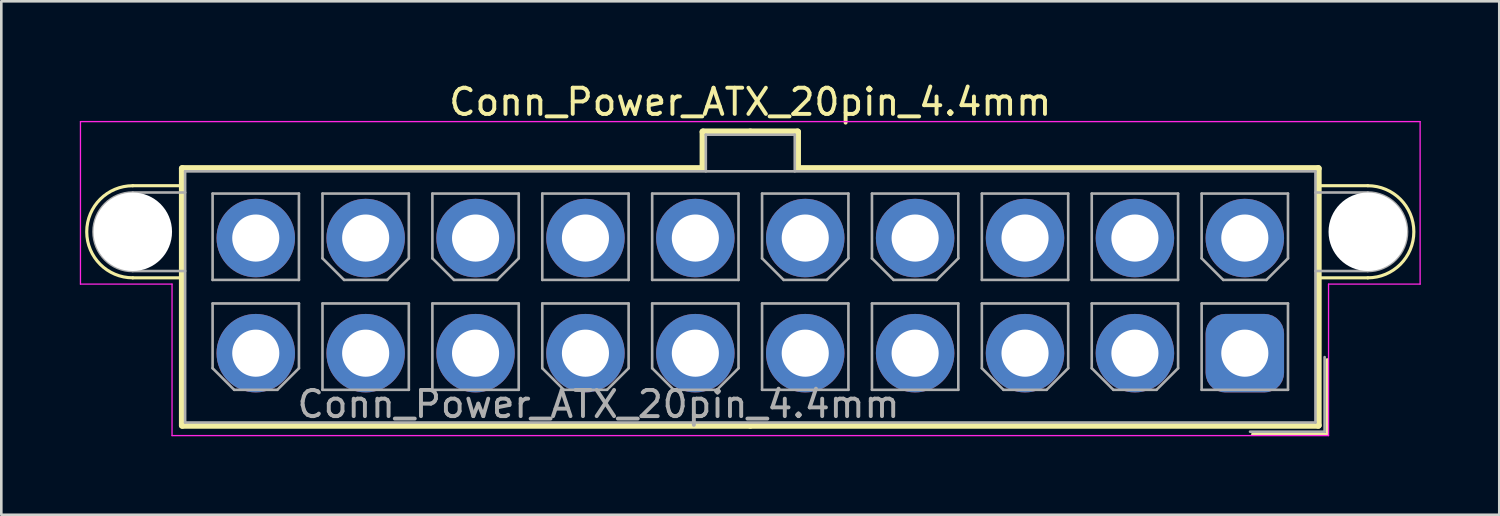
<source format=kicad_pcb>
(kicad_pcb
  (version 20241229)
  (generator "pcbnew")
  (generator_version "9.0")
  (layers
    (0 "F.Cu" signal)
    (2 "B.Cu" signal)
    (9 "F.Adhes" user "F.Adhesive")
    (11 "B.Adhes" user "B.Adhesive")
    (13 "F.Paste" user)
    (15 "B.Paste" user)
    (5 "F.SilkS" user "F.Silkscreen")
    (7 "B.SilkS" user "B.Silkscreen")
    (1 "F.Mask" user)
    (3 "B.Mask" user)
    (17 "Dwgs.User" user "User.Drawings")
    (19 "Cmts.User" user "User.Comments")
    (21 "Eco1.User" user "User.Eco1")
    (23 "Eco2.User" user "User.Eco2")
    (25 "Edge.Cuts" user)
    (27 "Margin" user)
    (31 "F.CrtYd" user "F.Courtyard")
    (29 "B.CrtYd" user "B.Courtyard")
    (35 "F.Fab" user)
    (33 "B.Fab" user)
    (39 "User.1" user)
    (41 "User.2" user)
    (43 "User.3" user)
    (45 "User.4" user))
  (footprint "Conn_Power_ATX_20pin_4.4mm"
    (layer "F.Cu")
    (at 25.625 8.248)
    (property "Reference" "Conn_Power_ATX_20pin_4.4mm" (at 0 -7.4 0) (layer "F.SilkS") (effects (font (size 1 1) (thickness 0.15))))
    (property "Value" "${VALUE}" (at 3.8 4.2 0) (layer "F.Fab") (hide yes) (effects (font (size 1 1) (thickness 0.15))))
    (fp_line (start -23.6 -4.2) (end -21.71 -4.2) (stroke (width 0.12) (type solid)) (layer "F.SilkS"))
    (fp_line (start -23.6 -0.68) (end -21.71 -0.68) (stroke (width 0.12) (type solid)) (layer "F.SilkS"))
    (fp_line (start -21.71 -4.86) (end -1.81 -4.86) (stroke (width 0.254) (type solid)) (layer "F.SilkS"))
    (fp_line (start -21.71 4.96) (end -21.71 -4.86) (stroke (width 0.254) (type solid)) (layer "F.SilkS"))
    (fp_line (start -1.81 -6.26) (end 0 -6.26) (stroke (width 0.254) (type solid)) (layer "F.SilkS"))
    (fp_line (start -1.81 -4.86) (end -1.81 -6.26) (stroke (width 0.254) (type solid)) (layer "F.SilkS"))
    (fp_line (start 0 4.96) (end -21.71 4.96) (stroke (width 0.254) (type solid)) (layer "F.SilkS"))
    (fp_line (start 0 4.96) (end 21.71 4.96) (stroke (width 0.254) (type solid)) (layer "F.SilkS"))
    (fp_line (start 1.81 -6.26) (end 0 -6.26) (stroke (width 0.254) (type solid)) (layer "F.SilkS"))
    (fp_line (start 1.81 -4.86) (end 1.81 -6.26) (stroke (width 0.254) (type solid)) (layer "F.SilkS"))
    (fp_line (start 19.2 5.3) (end 22.05 5.3) (stroke (width 0.12) (type solid)) (layer "F.SilkS"))
    (fp_line (start 21.71 -4.86) (end 1.81 -4.86) (stroke (width 0.254) (type solid)) (layer "F.SilkS"))
    (fp_line (start 21.71 4.96) (end 21.71 -4.86) (stroke (width 0.254) (type solid)) (layer "F.SilkS"))
    (fp_line (start 22.05 5.3) (end 22.05 2.45) (stroke (width 0.12) (type solid)) (layer "F.SilkS"))
    (fp_line (start 23.6 -4.2) (end 21.71 -4.2) (stroke (width 0.12) (type solid)) (layer "F.SilkS"))
    (fp_line (start 23.6 -0.68) (end 21.71 -0.68) (stroke (width 0.12) (type solid)) (layer "F.SilkS"))
    (fp_arc (start -23.6 -0.68) (mid -25.36 -2.44) (end -23.6 -4.2) (stroke (width 0.12) (type solid)) (layer "F.SilkS"))
    (fp_arc (start 23.6 -4.2) (mid 25.36 -2.44) (end 23.6 -0.68) (stroke (width 0.12) (type solid)) (layer "F.SilkS"))
    (fp_line (start -25.6 -6.65) (end -25.6 -0.44) (stroke (width 0.05) (type solid)) (layer "F.CrtYd"))
    (fp_line (start -25.6 -0.44) (end -22.1 -0.44) (stroke (width 0.05) (type solid)) (layer "F.CrtYd"))
    (fp_line (start -22.1 -0.44) (end -22.1 5.35) (stroke (width 0.05) (type solid)) (layer "F.CrtYd"))
    (fp_line (start -22.1 5.35) (end 22.1 5.35) (stroke (width 0.05) (type solid)) (layer "F.CrtYd"))
    (fp_line (start 22.1 -0.44) (end 25.6 -0.44) (stroke (width 0.05) (type solid)) (layer "F.CrtYd"))
    (fp_line (start 22.1 5.35) (end 22.1 -0.44) (stroke (width 0.05) (type solid)) (layer "F.CrtYd"))
    (fp_line (start 25.6 -6.65) (end -25.6 -6.65) (stroke (width 0.05) (type solid)) (layer "F.CrtYd"))
    (fp_line (start 25.6 -0.44) (end 25.6 -6.65) (stroke (width 0.05) (type solid)) (layer "F.CrtYd"))
    (fp_line (start -23.6 -3.94) (end -21.6 -3.94) (stroke (width 0.1) (type solid)) (layer "F.Fab"))
    (fp_line (start -23.6 -0.94) (end -21.6 -0.94) (stroke (width 0.1) (type solid)) (layer "F.Fab"))
    (fp_line (start -21.6 -4.75) (end -21.6 4.85) (stroke (width 0.1) (type solid)) (layer "F.Fab"))
    (fp_line (start -21.6 4.85) (end 21.6 4.85) (stroke (width 0.1) (type solid)) (layer "F.Fab"))
    (fp_line (start -20.55 -3.9) (end -20.55 -0.6) (stroke (width 0.1) (type solid)) (layer "F.Fab"))
    (fp_line (start -20.55 -0.6) (end -17.25 -0.6) (stroke (width 0.1) (type solid)) (layer "F.Fab"))
    (fp_line (start -20.55 0.3) (end -17.25 0.3) (stroke (width 0.1) (type solid)) (layer "F.Fab"))
    (fp_line (start -20.55 2.775) (end -20.55 0.3) (stroke (width 0.1) (type solid)) (layer "F.Fab"))
    (fp_line (start -19.725 3.6) (end -20.55 2.775) (stroke (width 0.1) (type solid)) (layer "F.Fab"))
    (fp_line (start -18.075 3.6) (end -19.725 3.6) (stroke (width 0.1) (type solid)) (layer "F.Fab"))
    (fp_line (start -17.25 -3.9) (end -20.55 -3.9) (stroke (width 0.1) (type solid)) (layer "F.Fab"))
    (fp_line (start -17.25 -0.6) (end -17.25 -3.9) (stroke (width 0.1) (type solid)) (layer "F.Fab"))
    (fp_line (start -17.25 0.3) (end -17.25 2.775) (stroke (width 0.1) (type solid)) (layer "F.Fab"))
    (fp_line (start -17.25 2.775) (end -18.075 3.6) (stroke (width 0.1) (type solid)) (layer "F.Fab"))
    (fp_line (start -16.35 -3.9) (end -13.05 -3.9) (stroke (width 0.1) (type solid)) (layer "F.Fab"))
    (fp_line (start -16.35 -1.425) (end -16.35 -3.9) (stroke (width 0.1) (type solid)) (layer "F.Fab"))
    (fp_line (start -16.35 0.3) (end -16.35 3.6) (stroke (width 0.1) (type solid)) (layer "F.Fab"))
    (fp_line (start -16.35 3.6) (end -13.05 3.6) (stroke (width 0.1) (type solid)) (layer "F.Fab"))
    (fp_line (start -15.525 -0.6) (end -16.35 -1.425) (stroke (width 0.1) (type solid)) (layer "F.Fab"))
    (fp_line (start -13.875 -0.6) (end -15.525 -0.6) (stroke (width 0.1) (type solid)) (layer "F.Fab"))
    (fp_line (start -13.05 -3.9) (end -13.05 -1.425) (stroke (width 0.1) (type solid)) (layer "F.Fab"))
    (fp_line (start -13.05 -1.425) (end -13.875 -0.6) (stroke (width 0.1) (type solid)) (layer "F.Fab"))
    (fp_line (start -13.05 0.3) (end -16.35 0.3) (stroke (width 0.1) (type solid)) (layer "F.Fab"))
    (fp_line (start -13.05 3.6) (end -13.05 0.3) (stroke (width 0.1) (type solid)) (layer "F.Fab"))
    (fp_line (start -12.15 -3.9) (end -8.85 -3.9) (stroke (width 0.1) (type solid)) (layer "F.Fab"))
    (fp_line (start -12.15 -1.425) (end -12.15 -3.9) (stroke (width 0.1) (type solid)) (layer "F.Fab"))
    (fp_line (start -12.15 0.3) (end -12.15 3.6) (stroke (width 0.1) (type solid)) (layer "F.Fab"))
    (fp_line (start -12.15 3.6) (end -8.85 3.6) (stroke (width 0.1) (type solid)) (layer "F.Fab"))
    (fp_line (start -11.325 -0.6) (end -12.15 -1.425) (stroke (width 0.1) (type solid)) (layer "F.Fab"))
    (fp_line (start -9.675 -0.6) (end -11.325 -0.6) (stroke (width 0.1) (type solid)) (layer "F.Fab"))
    (fp_line (start -8.85 -3.9) (end -8.85 -1.425) (stroke (width 0.1) (type solid)) (layer "F.Fab"))
    (fp_line (start -8.85 -1.425) (end -9.675 -0.6) (stroke (width 0.1) (type solid)) (layer "F.Fab"))
    (fp_line (start -8.85 0.3) (end -12.15 0.3) (stroke (width 0.1) (type solid)) (layer "F.Fab"))
    (fp_line (start -8.85 3.6) (end -8.85 0.3) (stroke (width 0.1) (type solid)) (layer "F.Fab"))
    (fp_line (start -7.95 -3.9) (end -7.95 -0.6) (stroke (width 0.1) (type solid)) (layer "F.Fab"))
    (fp_line (start -7.95 -0.6) (end -4.65 -0.6) (stroke (width 0.1) (type solid)) (layer "F.Fab"))
    (fp_line (start -7.95 0.3) (end -4.65 0.3) (stroke (width 0.1) (type solid)) (layer "F.Fab"))
    (fp_line (start -7.95 2.775) (end -7.95 0.3) (stroke (width 0.1) (type solid)) (layer "F.Fab"))
    (fp_line (start -7.125 3.6) (end -7.95 2.775) (stroke (width 0.1) (type solid)) (layer "F.Fab"))
    (fp_line (start -5.475 3.6) (end -7.125 3.6) (stroke (width 0.1) (type solid)) (layer "F.Fab"))
    (fp_line (start -4.65 -3.9) (end -7.95 -3.9) (stroke (width 0.1) (type solid)) (layer "F.Fab"))
    (fp_line (start -4.65 -0.6) (end -4.65 -3.9) (stroke (width 0.1) (type solid)) (layer "F.Fab"))
    (fp_line (start -4.65 0.3) (end -4.65 2.775) (stroke (width 0.1) (type solid)) (layer "F.Fab"))
    (fp_line (start -4.65 2.775) (end -5.475 3.6) (stroke (width 0.1) (type solid)) (layer "F.Fab"))
    (fp_line (start -3.75 -3.9) (end -3.75 -0.6) (stroke (width 0.1) (type solid)) (layer "F.Fab"))
    (fp_line (start -3.75 -0.6) (end -0.45 -0.6) (stroke (width 0.1) (type solid)) (layer "F.Fab"))
    (fp_line (start -3.75 0.3) (end -0.45 0.3) (stroke (width 0.1) (type solid)) (layer "F.Fab"))
    (fp_line (start -3.75 2.775) (end -3.75 0.3) (stroke (width 0.1) (type solid)) (layer "F.Fab"))
    (fp_line (start -2.925 3.6) (end -3.75 2.775) (stroke (width 0.1) (type solid)) (layer "F.Fab"))
    (fp_line (start -1.7 -6.15) (end -1.7 -4.75) (stroke (width 0.1) (type solid)) (layer "F.Fab"))
    (fp_line (start -1.275 3.6) (end -2.925 3.6) (stroke (width 0.1) (type solid)) (layer "F.Fab"))
    (fp_line (start -0.45 -3.9) (end -3.75 -3.9) (stroke (width 0.1) (type solid)) (layer "F.Fab"))
    (fp_line (start -0.45 -0.6) (end -0.45 -3.9) (stroke (width 0.1) (type solid)) (layer "F.Fab"))
    (fp_line (start -0.45 0.3) (end -0.45 2.775) (stroke (width 0.1) (type solid)) (layer "F.Fab"))
    (fp_line (start -0.45 2.775) (end -1.275 3.6) (stroke (width 0.1) (type solid)) (layer "F.Fab"))
    (fp_line (start 0.45 -3.9) (end 3.75 -3.9) (stroke (width 0.1) (type solid)) (layer "F.Fab"))
    (fp_line (start 0.45 -1.425) (end 0.45 -3.9) (stroke (width 0.1) (type solid)) (layer "F.Fab"))
    (fp_line (start 0.45 0.3) (end 0.45 3.6) (stroke (width 0.1) (type solid)) (layer "F.Fab"))
    (fp_line (start 0.45 3.6) (end 3.75 3.6) (stroke (width 0.1) (type solid)) (layer "F.Fab"))
    (fp_line (start 1.275 -0.6) (end 0.45 -1.425) (stroke (width 0.1) (type solid)) (layer "F.Fab"))
    (fp_line (start 1.7 -6.15) (end -1.7 -6.15) (stroke (width 0.1) (type solid)) (layer "F.Fab"))
    (fp_line (start 1.7 -4.75) (end 1.7 -6.15) (stroke (width 0.1) (type solid)) (layer "F.Fab"))
    (fp_line (start 2.925 -0.6) (end 1.275 -0.6) (stroke (width 0.1) (type solid)) (layer "F.Fab"))
    (fp_line (start 3.75 -3.9) (end 3.75 -1.425) (stroke (width 0.1) (type solid)) (layer "F.Fab"))
    (fp_line (start 3.75 -1.425) (end 2.925 -0.6) (stroke (width 0.1) (type solid)) (layer "F.Fab"))
    (fp_line (start 3.75 0.3) (end 0.45 0.3) (stroke (width 0.1) (type solid)) (layer "F.Fab"))
    (fp_line (start 3.75 3.6) (end 3.75 0.3) (stroke (width 0.1) (type solid)) (layer "F.Fab"))
    (fp_line (start 4.65 -3.9) (end 7.95 -3.9) (stroke (width 0.1) (type solid)) (layer "F.Fab"))
    (fp_line (start 4.65 -1.425) (end 4.65 -3.9) (stroke (width 0.1) (type solid)) (layer "F.Fab"))
    (fp_line (start 4.65 0.3) (end 4.65 3.6) (stroke (width 0.1) (type solid)) (layer "F.Fab"))
    (fp_line (start 4.65 3.6) (end 7.95 3.6) (stroke (width 0.1) (type solid)) (layer "F.Fab"))
    (fp_line (start 5.475 -0.6) (end 4.65 -1.425) (stroke (width 0.1) (type solid)) (layer "F.Fab"))
    (fp_line (start 7.125 -0.6) (end 5.475 -0.6) (stroke (width 0.1) (type solid)) (layer "F.Fab"))
    (fp_line (start 7.95 -3.9) (end 7.95 -1.425) (stroke (width 0.1) (type solid)) (layer "F.Fab"))
    (fp_line (start 7.95 -1.425) (end 7.125 -0.6) (stroke (width 0.1) (type solid)) (layer "F.Fab"))
    (fp_line (start 7.95 0.3) (end 4.65 0.3) (stroke (width 0.1) (type solid)) (layer "F.Fab"))
    (fp_line (start 7.95 3.6) (end 7.95 0.3) (stroke (width 0.1) (type solid)) (layer "F.Fab"))
    (fp_line (start 8.85 -3.9) (end 8.85 -0.6) (stroke (width 0.1) (type solid)) (layer "F.Fab"))
    (fp_line (start 8.85 -0.6) (end 12.15 -0.6) (stroke (width 0.1) (type solid)) (layer "F.Fab"))
    (fp_line (start 8.85 0.3) (end 12.15 0.3) (stroke (width 0.1) (type solid)) (layer "F.Fab"))
    (fp_line (start 8.85 2.775) (end 8.85 0.3) (stroke (width 0.1) (type solid)) (layer "F.Fab"))
    (fp_line (start 9.675 3.6) (end 8.85 2.775) (stroke (width 0.1) (type solid)) (layer "F.Fab"))
    (fp_line (start 11.325 3.6) (end 9.675 3.6) (stroke (width 0.1) (type solid)) (layer "F.Fab"))
    (fp_line (start 12.15 -3.9) (end 8.85 -3.9) (stroke (width 0.1) (type solid)) (layer "F.Fab"))
    (fp_line (start 12.15 -0.6) (end 12.15 -3.9) (stroke (width 0.1) (type solid)) (layer "F.Fab"))
    (fp_line (start 12.15 0.3) (end 12.15 2.775) (stroke (width 0.1) (type solid)) (layer "F.Fab"))
    (fp_line (start 12.15 2.775) (end 11.325 3.6) (stroke (width 0.1) (type solid)) (layer "F.Fab"))
    (fp_line (start 13.05 -3.9) (end 13.05 -0.6) (stroke (width 0.1) (type solid)) (layer "F.Fab"))
    (fp_line (start 13.05 -0.6) (end 16.35 -0.6) (stroke (width 0.1) (type solid)) (layer "F.Fab"))
    (fp_line (start 13.05 0.3) (end 16.35 0.3) (stroke (width 0.1) (type solid)) (layer "F.Fab"))
    (fp_line (start 13.05 2.775) (end 13.05 0.3) (stroke (width 0.1) (type solid)) (layer "F.Fab"))
    (fp_line (start 13.875 3.6) (end 13.05 2.775) (stroke (width 0.1) (type solid)) (layer "F.Fab"))
    (fp_line (start 15.525 3.6) (end 13.875 3.6) (stroke (width 0.1) (type solid)) (layer "F.Fab"))
    (fp_line (start 16.35 -3.9) (end 13.05 -3.9) (stroke (width 0.1) (type solid)) (layer "F.Fab"))
    (fp_line (start 16.35 -0.6) (end 16.35 -3.9) (stroke (width 0.1) (type solid)) (layer "F.Fab"))
    (fp_line (start 16.35 0.3) (end 16.35 2.775) (stroke (width 0.1) (type solid)) (layer "F.Fab"))
    (fp_line (start 16.35 2.775) (end 15.525 3.6) (stroke (width 0.1) (type solid)) (layer "F.Fab"))
    (fp_line (start 17.25 -3.9) (end 20.55 -3.9) (stroke (width 0.1) (type solid)) (layer "F.Fab"))
    (fp_line (start 17.25 -1.425) (end 17.25 -3.9) (stroke (width 0.1) (type solid)) (layer "F.Fab"))
    (fp_line (start 17.25 0.3) (end 17.25 3.6) (stroke (width 0.1) (type solid)) (layer "F.Fab"))
    (fp_line (start 17.25 3.6) (end 20.55 3.6) (stroke (width 0.1) (type solid)) (layer "F.Fab"))
    (fp_line (start 18.075 -0.6) (end 17.25 -1.425) (stroke (width 0.1) (type solid)) (layer "F.Fab"))
    (fp_line (start 19.1 5.2) (end 21.95 5.2) (stroke (width 0.1) (type solid)) (layer "F.Fab"))
    (fp_line (start 19.725 -0.6) (end 18.075 -0.6) (stroke (width 0.1) (type solid)) (layer "F.Fab"))
    (fp_line (start 20.55 -3.9) (end 20.55 -1.425) (stroke (width 0.1) (type solid)) (layer "F.Fab"))
    (fp_line (start 20.55 -1.425) (end 19.725 -0.6) (stroke (width 0.1) (type solid)) (layer "F.Fab"))
    (fp_line (start 20.55 0.3) (end 17.25 0.3) (stroke (width 0.1) (type solid)) (layer "F.Fab"))
    (fp_line (start 20.55 3.6) (end 20.55 0.3) (stroke (width 0.1) (type solid)) (layer "F.Fab"))
    (fp_line (start 21.6 -4.75) (end -21.6 -4.75) (stroke (width 0.1) (type solid)) (layer "F.Fab"))
    (fp_line (start 21.6 4.85) (end 21.6 -4.75) (stroke (width 0.1) (type solid)) (layer "F.Fab"))
    (fp_line (start 21.95 5.2) (end 21.95 2.35) (stroke (width 0.1) (type solid)) (layer "F.Fab"))
    (fp_line (start 23.6 -3.94) (end 21.6 -3.94) (stroke (width 0.1) (type solid)) (layer "F.Fab"))
    (fp_line (start 23.6 -0.94) (end 21.6 -0.94) (stroke (width 0.1) (type solid)) (layer "F.Fab"))
    (fp_arc (start -23.6 -0.94) (mid -25.1 -2.44) (end -23.6 -3.94) (stroke (width 0.1) (type solid)) (layer "F.Fab"))
    (fp_arc (start 23.6 -3.94) (mid 25.1 -2.44) (end 23.6 -0.94) (stroke (width 0.1) (type solid)) (layer "F.Fab"))
    (fp_text user "${REFERENCE}" (at -5.8 4.15 180) (layer "F.Fab") (effects (font (size 1 1) (thickness 0.15))))
    (pad "" np_thru_hole circle (at -23.6 -2.44 90) (size 3 3) (drill 3) (layers "*.Cu" "*.Mask"))
    (pad "" np_thru_hole circle (at 23.6 -2.44 90) (size 3 3) (drill 3) (layers "*.Cu" "*.Mask"))
    (pad "1" thru_hole roundrect (at 18.9 2.2) (size 3 3) (drill 1.8) (layers "*.Cu" "*.Mask") (roundrect_rratio 0.25))
    (pad "2" thru_hole circle (at 14.7 2.2) (size 3 3) (drill 1.8) (layers "*.Cu" "*.Mask"))
    (pad "3" thru_hole circle (at 10.5 2.2) (size 3 3) (drill 1.8) (layers "*.Cu" "*.Mask"))
    (pad "4" thru_hole circle (at 6.3 2.2) (size 3 3) (drill 1.8) (layers "*.Cu" "*.Mask"))
    (pad "5" thru_hole circle (at 2.1 2.2) (size 3 3) (drill 1.8) (layers "*.Cu" "*.Mask"))
    (pad "6" thru_hole circle (at -2.1 2.2) (size 3 3) (drill 1.8) (layers "*.Cu" "*.Mask"))
    (pad "7" thru_hole circle (at -6.3 2.2) (size 3 3) (drill 1.8) (layers "*.Cu" "*.Mask"))
    (pad "8" thru_hole circle (at -10.5 2.2) (size 3 3) (drill 1.8) (layers "*.Cu" "*.Mask"))
    (pad "9" thru_hole circle (at -14.7 2.2) (size 3 3) (drill 1.8) (layers "*.Cu" "*.Mask"))
    (pad "10" thru_hole circle (at -18.9 2.2) (size 3 3) (drill 1.8) (layers "*.Cu" "*.Mask"))
    (pad "11" thru_hole circle (at 18.9 -2.2) (size 3 3) (drill 1.8) (layers "*.Cu" "*.Mask"))
    (pad "12" thru_hole circle (at 14.7 -2.2) (size 3 3) (drill 1.8) (layers "*.Cu" "*.Mask"))
    (pad "13" thru_hole circle (at 10.5 -2.2) (size 3 3) (drill 1.8) (layers "*.Cu" "*.Mask"))
    (pad "14" thru_hole circle (at 6.3 -2.2) (size 3 3) (drill 1.8) (layers "*.Cu" "*.Mask"))
    (pad "15" thru_hole circle (at 2.1 -2.2) (size 3 3) (drill 1.8) (layers "*.Cu" "*.Mask"))
    (pad "16" thru_hole circle (at -2.1 -2.2) (size 3 3) (drill 1.8) (layers "*.Cu" "*.Mask"))
    (pad "17" thru_hole circle (at -6.3 -2.2) (size 3 3) (drill 1.8) (layers "*.Cu" "*.Mask"))
    (pad "18" thru_hole circle (at -10.5 -2.2) (size 3 3) (drill 1.8) (layers "*.Cu" "*.Mask"))
    (pad "19" thru_hole circle (at -14.7 -2.2) (size 3 3) (drill 1.8) (layers "*.Cu" "*.Mask"))
    (pad "20" thru_hole circle (at -18.9 -2.2) (size 3 3) (drill 1.8) (layers "*.Cu" "*.Mask")))
  (gr_rect
    (start -3 -3)
    (end 54.25 16.623)
    (stroke (width 0.1) (type default))
    (fill no)
    (layer "Edge.Cuts")))
</source>
